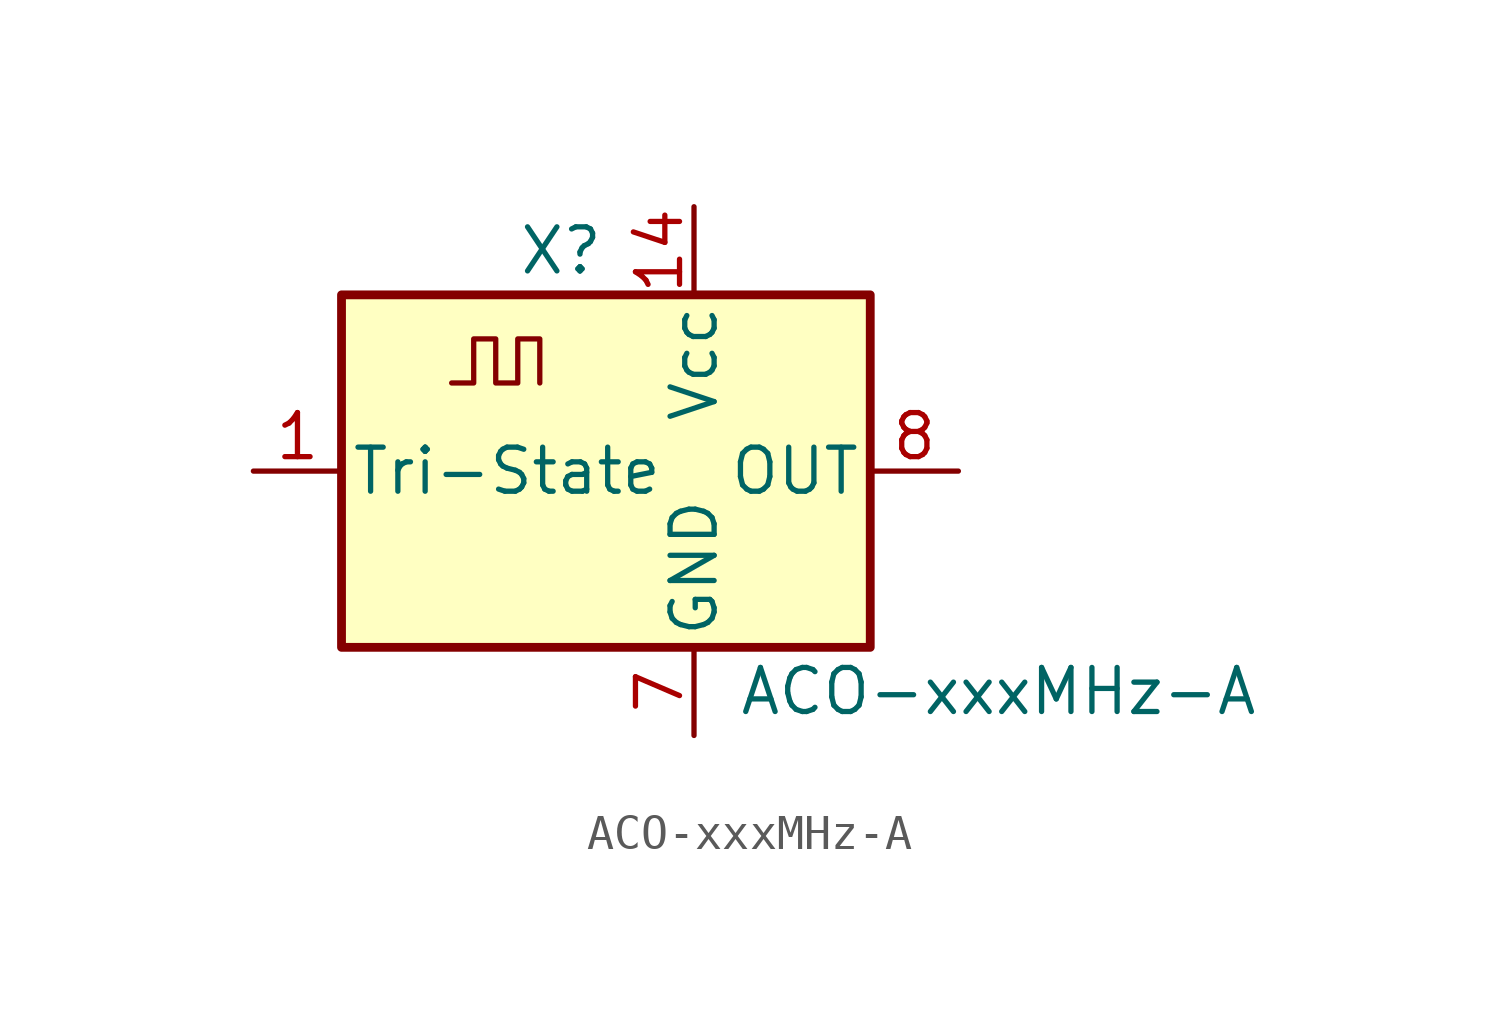
<source format=kicad_sym>
(kicad_symbol_lib
  (version 20211014)
  (generator kicad_symbol_editor)
  (symbol "ACO-xxxMHz-A"
    (pin_names
      (offset 0.254))
    (property "Reference" "X"
      (at -5.08 6.35 0)
      (effects (font (size 1.27 1.27)) (justify left)))
    (property "Value" "ACO-xxxMHz-A"
      (at 1.27 -6.35 0)
      (effects (font (size 1.27 1.27)) (justify left)))
    (symbol "ACO-xxxMHz-A_0_1"
      (rectangle (start -10.16 5.08) (end 5.08 -5.08) (stroke (width 0.254) (type default) (color 0 0 0 0)) (fill (type background)))
      (polyline (pts (xy -6.985 2.54) (xy -6.35 2.54) (xy -6.35 3.81) (xy -5.715 3.81) (xy -5.715 2.54) (xy -5.08 2.54) (xy -5.08 3.81) (xy -4.445 3.81) (xy -4.445 2.54)) (stroke (width 0) (type default) (color 0 0 0 0)) (fill (type none))))
    (symbol "ACO-xxxMHz-A_1_1"
      (pin tri_state line (at -12.7 0 0) (length 2.54) (name "Tri-State" (effects (font (size 1.27 1.27)))) (number "1" (effects (font (size 1.27 1.27)))))
      (pin power_in line (at 0 7.62 270) (length 2.54) (name "Vcc" (effects (font (size 1.27 1.27)))) (number "14" (effects (font (size 1.27 1.27)))))
      (pin power_in line (at 0 -7.62 90) (length 2.54) (name "GND" (effects (font (size 1.27 1.27)))) (number "7" (effects (font (size 1.27 1.27)))))
      (pin output line (at 7.62 0 180) (length 2.54) (name "OUT" (effects (font (size 1.27 1.27)))) (number "8" (effects (font (size 1.27 1.27))))))))
</source>
